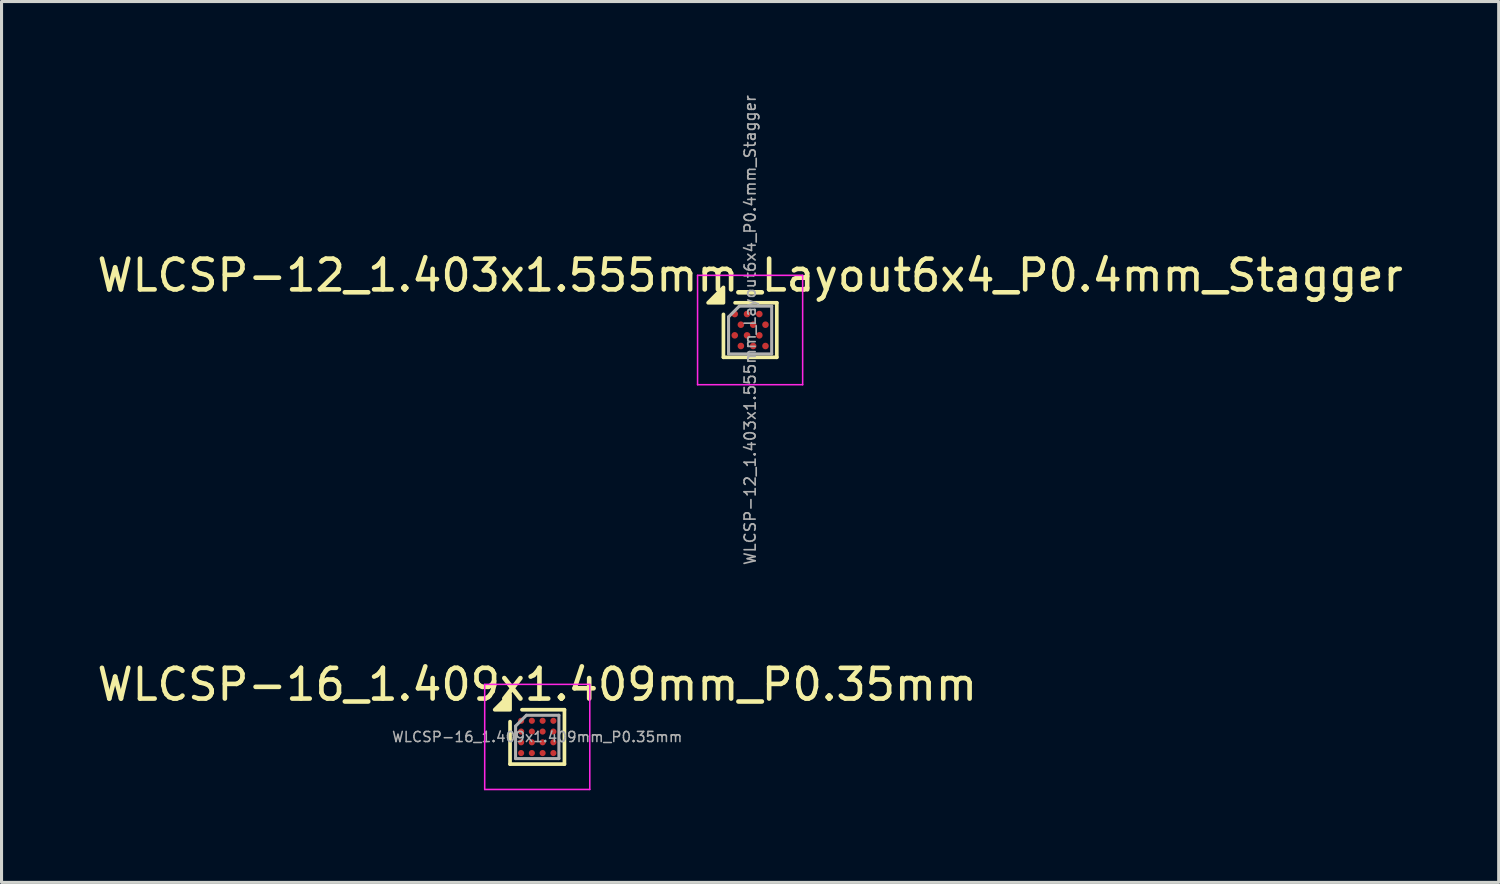
<source format=kicad_pcb>
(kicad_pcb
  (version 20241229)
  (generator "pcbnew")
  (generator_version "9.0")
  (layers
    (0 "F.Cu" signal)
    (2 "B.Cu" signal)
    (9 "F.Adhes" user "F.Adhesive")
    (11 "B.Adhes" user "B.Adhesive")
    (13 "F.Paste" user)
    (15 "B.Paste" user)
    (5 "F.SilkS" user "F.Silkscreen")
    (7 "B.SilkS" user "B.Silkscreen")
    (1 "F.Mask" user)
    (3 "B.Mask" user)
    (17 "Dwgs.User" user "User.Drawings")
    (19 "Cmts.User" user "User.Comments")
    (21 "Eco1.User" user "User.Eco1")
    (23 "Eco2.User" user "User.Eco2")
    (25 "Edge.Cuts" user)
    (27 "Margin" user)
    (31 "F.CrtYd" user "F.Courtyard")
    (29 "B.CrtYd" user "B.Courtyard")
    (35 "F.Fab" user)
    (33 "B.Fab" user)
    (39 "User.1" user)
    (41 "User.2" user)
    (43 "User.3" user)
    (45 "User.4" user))
  (footprint "WLCSP-16_1.409x1.409mm_P0.35mm"
    (layer "F.Cu")
    (at 14.435 20.934)
    (property "Reference" "WLCSP-16_1.409x1.409mm_P0.35mm" (at 0 -1.704 0) (layer "F.SilkS") (effects (font (size 1 1) (thickness 0.15))))
    (attr smd)
    (fp_line (start -0.885 0.885) (end -0.885 -0.497) (stroke (width 0.12) (type solid)) (layer "F.SilkS"))
    (fp_line (start -0.497 -0.885) (end 0.885 -0.885) (stroke (width 0.12) (type solid)) (layer "F.SilkS"))
    (fp_line (start 0.885 -0.885) (end 0.885 0.885) (stroke (width 0.12) (type solid)) (layer "F.SilkS"))
    (fp_line (start 0.885 0.885) (end -0.885 0.885) (stroke (width 0.12) (type solid)) (layer "F.SilkS"))
    (fp_poly (pts (xy -0.885 -0.885) (xy -1.385 -0.885) (xy -0.885 -1.385) (xy -0.885 -0.885)) (stroke (width 0.12) (type solid)) (fill yes) (layer "F.SilkS"))
    (fp_line (start -1.71 -1.71) (end -1.71 1.71) (stroke (width 0.05) (type solid)) (layer "F.CrtYd"))
    (fp_line (start -1.71 1.71) (end 1.71 1.71) (stroke (width 0.05) (type solid)) (layer "F.CrtYd"))
    (fp_line (start 1.71 -1.71) (end -1.71 -1.71) (stroke (width 0.05) (type solid)) (layer "F.CrtYd"))
    (fp_line (start 1.71 1.71) (end 1.71 -1.71) (stroke (width 0.05) (type solid)) (layer "F.CrtYd"))
    (fp_line (start -0.705 -0.352) (end -0.352 -0.705) (stroke (width 0.1) (type solid)) (layer "F.Fab"))
    (fp_line (start -0.705 0.705) (end -0.705 -0.352) (stroke (width 0.1) (type solid)) (layer "F.Fab"))
    (fp_line (start -0.352 -0.705) (end 0.705 -0.705) (stroke (width 0.1) (type solid)) (layer "F.Fab"))
    (fp_line (start 0.705 -0.705) (end 0.705 0.705) (stroke (width 0.1) (type solid)) (layer "F.Fab"))
    (fp_line (start 0.705 0.705) (end -0.705 0.705) (stroke (width 0.1) (type solid)) (layer "F.Fab"))
    (fp_text user "${REFERENCE}" (at 0 0 0) (layer "F.Fab") (effects (font (size 0.33 0.33) (thickness 0.05))))
    (pad "A1" smd circle (at -0.525 -0.525) (size 0.2 0.2) (property pad_prop_bga) (layers "F.Cu" "F.Mask" "F.Paste"))
    (pad "A2" smd circle (at -0.175 -0.525) (size 0.2 0.2) (property pad_prop_bga) (layers "F.Cu" "F.Mask" "F.Paste"))
    (pad "A3" smd circle (at 0.175 -0.525) (size 0.2 0.2) (property pad_prop_bga) (layers "F.Cu" "F.Mask" "F.Paste"))
    (pad "A4" smd circle (at 0.525 -0.525) (size 0.2 0.2) (property pad_prop_bga) (layers "F.Cu" "F.Mask" "F.Paste"))
    (pad "B1" smd circle (at -0.525 -0.175) (size 0.2 0.2) (property pad_prop_bga) (layers "F.Cu" "F.Mask" "F.Paste"))
    (pad "B2" smd circle (at -0.175 -0.175) (size 0.2 0.2) (property pad_prop_bga) (layers "F.Cu" "F.Mask" "F.Paste"))
    (pad "B3" smd circle (at 0.175 -0.175) (size 0.2 0.2) (property pad_prop_bga) (layers "F.Cu" "F.Mask" "F.Paste"))
    (pad "B4" smd circle (at 0.525 -0.175) (size 0.2 0.2) (property pad_prop_bga) (layers "F.Cu" "F.Mask" "F.Paste"))
    (pad "C1" smd circle (at -0.525 0.175) (size 0.2 0.2) (property pad_prop_bga) (layers "F.Cu" "F.Mask" "F.Paste"))
    (pad "C2" smd circle (at -0.175 0.175) (size 0.2 0.2) (property pad_prop_bga) (layers "F.Cu" "F.Mask" "F.Paste"))
    (pad "C3" smd circle (at 0.175 0.175) (size 0.2 0.2) (property pad_prop_bga) (layers "F.Cu" "F.Mask" "F.Paste"))
    (pad "C4" smd circle (at 0.525 0.175) (size 0.2 0.2) (property pad_prop_bga) (layers "F.Cu" "F.Mask" "F.Paste"))
    (pad "D1" smd circle (at -0.525 0.525) (size 0.2 0.2) (property pad_prop_bga) (layers "F.Cu" "F.Mask" "F.Paste"))
    (pad "D2" smd circle (at -0.175 0.525) (size 0.2 0.2) (property pad_prop_bga) (layers "F.Cu" "F.Mask" "F.Paste"))
    (pad "D3" smd circle (at 0.175 0.525) (size 0.2 0.2) (property pad_prop_bga) (layers "F.Cu" "F.Mask" "F.Paste"))
    (pad "D4" smd circle (at 0.525 0.525) (size 0.2 0.2) (property pad_prop_bga) (layers "F.Cu" "F.Mask" "F.Paste")))
  (footprint "WLCSP-12_1.403x1.555mm_Layout6x4_P0.4mm_Stagger"
    (layer "F.Cu")
    (at 21.363 7.691)
    (property "Reference" "WLCSP-12_1.403x1.555mm_Layout6x4_P0.4mm_Stagger" (at 0 -1.778 0) (layer "F.SilkS") (effects (font (size 1 1) (thickness 0.15))))
    (attr smd)
    (fp_line (start -0.868 0.887) (end -0.868 -0.509) (stroke (width 0.12) (type solid)) (layer "F.SilkS"))
    (fp_line (start -0.489 -0.887) (end 0.868 -0.887) (stroke (width 0.12) (type solid)) (layer "F.SilkS"))
    (fp_line (start 0.868 -0.887) (end 0.868 0.887) (stroke (width 0.12) (type solid)) (layer "F.SilkS"))
    (fp_line (start 0.868 0.887) (end -0.868 0.887) (stroke (width 0.12) (type solid)) (layer "F.SilkS"))
    (fp_poly (pts (xy -0.868 -0.887) (xy -1.367 -0.887) (xy -0.868 -1.387) (xy -0.868 -0.887)) (stroke (width 0.12) (type solid)) (fill yes) (layer "F.SilkS"))
    (fp_line (start -1.71 -1.78) (end -1.71 1.78) (stroke (width 0.05) (type solid)) (layer "F.CrtYd"))
    (fp_line (start -1.71 1.78) (end 1.71 1.78) (stroke (width 0.05) (type solid)) (layer "F.CrtYd"))
    (fp_line (start 1.71 -1.78) (end -1.71 -1.78) (stroke (width 0.05) (type solid)) (layer "F.CrtYd"))
    (fp_line (start 1.71 1.78) (end 1.71 -1.78) (stroke (width 0.05) (type solid)) (layer "F.CrtYd"))
    (fp_line (start -0.702 -0.427) (end -0.351 -0.777) (stroke (width 0.1) (type solid)) (layer "F.Fab"))
    (fp_line (start -0.702 0.777) (end -0.702 -0.427) (stroke (width 0.1) (type solid)) (layer "F.Fab"))
    (fp_line (start -0.351 -0.777) (end 0.702 -0.777) (stroke (width 0.1) (type solid)) (layer "F.Fab"))
    (fp_line (start 0.702 -0.777) (end 0.702 0.777) (stroke (width 0.1) (type solid)) (layer "F.Fab"))
    (fp_line (start 0.702 0.777) (end -0.702 0.777) (stroke (width 0.1) (type solid)) (layer "F.Fab"))
    (fp_text user "${REFERENCE}" (at 0 0 270) (layer "F.Fab") (effects (font (size 0.36 0.36) (thickness 0.054))))
    (pad "A1" smd circle (at -0.5 -0.52) (size 0.215 0.215) (property pad_prop_bga) (layers "F.Cu" "F.Mask" "F.Paste"))
    (pad "A3" smd circle (at -0.1 -0.52) (size 0.215 0.215) (property pad_prop_bga) (layers "F.Cu" "F.Mask" "F.Paste"))
    (pad "A5" smd circle (at 0.3 -0.52) (size 0.215 0.215) (property pad_prop_bga) (layers "F.Cu" "F.Mask" "F.Paste"))
    (pad "B2" smd circle (at -0.3 -0.173) (size 0.215 0.215) (property pad_prop_bga) (layers "F.Cu" "F.Mask" "F.Paste"))
    (pad "B4" smd circle (at 0.1 -0.173) (size 0.215 0.215) (property pad_prop_bga) (layers "F.Cu" "F.Mask" "F.Paste"))
    (pad "B6" smd circle (at 0.5 -0.173) (size 0.215 0.215) (property pad_prop_bga) (layers "F.Cu" "F.Mask" "F.Paste"))
    (pad "C1" smd circle (at -0.5 0.173) (size 0.215 0.215) (property pad_prop_bga) (layers "F.Cu" "F.Mask" "F.Paste"))
    (pad "C3" smd circle (at -0.1 0.173) (size 0.215 0.215) (property pad_prop_bga) (layers "F.Cu" "F.Mask" "F.Paste"))
    (pad "C5" smd circle (at 0.3 0.173) (size 0.215 0.215) (property pad_prop_bga) (layers "F.Cu" "F.Mask" "F.Paste"))
    (pad "D2" smd circle (at -0.3 0.52) (size 0.215 0.215) (property pad_prop_bga) (layers "F.Cu" "F.Mask" "F.Paste"))
    (pad "D4" smd circle (at 0.1 0.52) (size 0.215 0.215) (property pad_prop_bga) (layers "F.Cu" "F.Mask" "F.Paste"))
    (pad "D6" smd circle (at 0.5 0.52) (size 0.215 0.215) (property pad_prop_bga) (layers "F.Cu" "F.Mask" "F.Paste")))
  (gr_rect
    (start -3 -3)
    (end 45.726 25.669)
    (stroke (width 0.1) (type default))
    (fill no)
    (layer "Edge.Cuts")))
</source>
